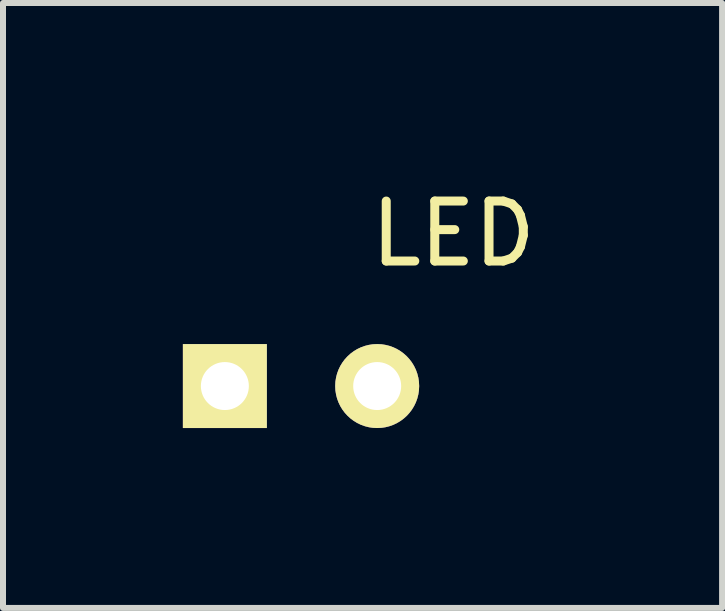
<source format=kicad_pcb>
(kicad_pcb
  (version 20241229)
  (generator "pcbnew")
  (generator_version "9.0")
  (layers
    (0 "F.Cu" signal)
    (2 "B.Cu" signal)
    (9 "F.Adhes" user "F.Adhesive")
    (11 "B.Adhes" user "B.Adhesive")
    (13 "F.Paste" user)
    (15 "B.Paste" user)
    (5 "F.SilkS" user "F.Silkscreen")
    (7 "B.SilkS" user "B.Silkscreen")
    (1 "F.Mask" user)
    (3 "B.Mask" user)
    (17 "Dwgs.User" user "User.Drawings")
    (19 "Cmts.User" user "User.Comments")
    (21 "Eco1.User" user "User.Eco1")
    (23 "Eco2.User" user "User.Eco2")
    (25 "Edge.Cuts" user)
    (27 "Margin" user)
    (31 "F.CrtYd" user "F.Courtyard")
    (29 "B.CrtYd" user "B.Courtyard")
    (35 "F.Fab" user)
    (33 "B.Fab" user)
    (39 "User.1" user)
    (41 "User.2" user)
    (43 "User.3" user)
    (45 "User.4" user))
  (footprint "LED"
    (layer "F.Cu")
    (at 0.7 3.388)
    (property "Reference" "LED" (at 3.81 -2.54 0) (layer "F.SilkS") (effects (font (size 1 1) (thickness 0.15))))
    (attr through_hole)
    (pad "1" thru_hole rect (at 0 0) (size 1.4 1.4) (drill 0.8) (layers "*.Cu" "*.Mask" "F.SilkS"))
    (pad "2" thru_hole circle (at 2.54 0) (size 1.4 1.4) (drill 0.8) (layers "*.Cu" "*.Mask" "F.SilkS")))
  (gr_rect
    (start -3 -3)
    (end 8.992 7.088)
    (stroke (width 0.1) (type default))
    (fill no)
    (layer "Edge.Cuts")))
</source>
